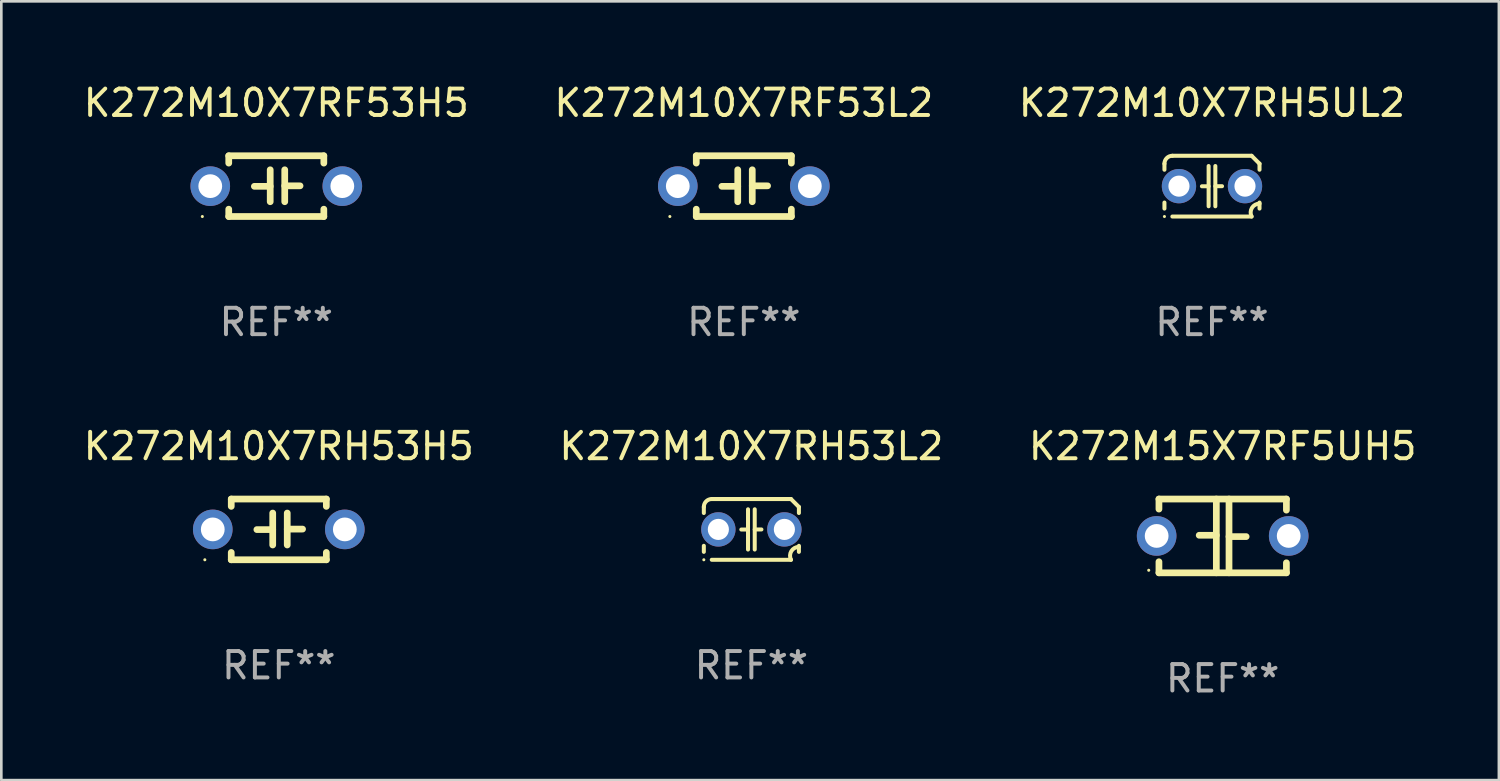
<source format=kicad_pcb>
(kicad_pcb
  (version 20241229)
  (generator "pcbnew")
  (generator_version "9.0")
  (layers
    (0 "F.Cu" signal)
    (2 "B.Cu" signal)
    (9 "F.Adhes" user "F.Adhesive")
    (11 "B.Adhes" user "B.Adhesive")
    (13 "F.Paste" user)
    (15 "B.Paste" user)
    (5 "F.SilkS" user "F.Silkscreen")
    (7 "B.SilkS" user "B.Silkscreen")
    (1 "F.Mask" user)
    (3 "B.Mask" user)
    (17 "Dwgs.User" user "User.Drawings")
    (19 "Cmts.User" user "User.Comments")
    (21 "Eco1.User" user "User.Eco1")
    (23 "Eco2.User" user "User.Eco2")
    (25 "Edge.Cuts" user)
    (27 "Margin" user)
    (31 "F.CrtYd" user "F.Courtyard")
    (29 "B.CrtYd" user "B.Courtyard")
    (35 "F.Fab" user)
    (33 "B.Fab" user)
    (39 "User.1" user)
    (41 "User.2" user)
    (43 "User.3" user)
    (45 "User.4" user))
  (footprint "K272M10X7RF53L2"
    (layer "F.Cu")
    (at 25.113 3.998)
    (property "Reference" "K272M10X7RF53L2" (at 0 -3.15 0) (layer "F.SilkS") (effects (font (size 1 1) (thickness 0.15))))
    (attr through_hole)
    (fp_line (start -1.8 -1.15) (end -1.8 -0.872) (stroke (width 0.254) (type solid)) (layer "F.SilkS"))
    (fp_line (start -1.8 -1.15) (end 1.8 -1.15) (stroke (width 0.254) (type solid)) (layer "F.SilkS"))
    (fp_line (start -1.8 0.872) (end -1.8 1.15) (stroke (width 0.254) (type solid)) (layer "F.SilkS"))
    (fp_line (start -1.8 1.15) (end 1.8 1.15) (stroke (width 0.254) (type solid)) (layer "F.SilkS"))
    (fp_line (start -0.23 -0.62) (end -0.23 0.59) (stroke (width 0.254) (type solid)) (layer "F.SilkS"))
    (fp_line (start -0.23 0.007) (end -0.83 0.007) (stroke (width 0.254) (type solid)) (layer "F.SilkS"))
    (fp_line (start 0.32 -0.62) (end 0.32 0.59) (stroke (width 0.254) (type solid)) (layer "F.SilkS"))
    (fp_line (start 0.32 -0.012) (end 0.9 -0.012) (stroke (width 0.254) (type solid)) (layer "F.SilkS"))
    (fp_line (start 1.8 -1.15) (end 1.8 -0.872) (stroke (width 0.254) (type solid)) (layer "F.SilkS"))
    (fp_line (start 1.8 0.872) (end 1.8 1.15) (stroke (width 0.254) (type solid)) (layer "F.SilkS"))
    (fp_circle (center -2.8 1.15) (end -2.77 1.15) (stroke (width 0.06) (type solid)) (fill no) (layer "F.SilkS"))
    (fp_text user "REF**" (at 0 5.15 0) (layer "F.Fab") (effects (font (size 1 1) (thickness 0.15))))
    (pad "1" thru_hole circle (at -2.5 0) (size 1.5 1.5) (drill 0.9) (layers "*.Cu" "*.Mask"))
    (pad "2" thru_hole circle (at 2.5 0) (size 1.5 1.5) (drill 0.9) (layers "*.Cu" "*.Mask")))
  (footprint "K272M10X7RH53H5"
    (layer "F.Cu")
    (at 7.506 16.995)
    (property "Reference" "K272M10X7RH53H5" (at 0 -3.15 0) (layer "F.SilkS") (effects (font (size 1 1) (thickness 0.15))))
    (attr through_hole)
    (fp_line (start -1.8 -1.15) (end -1.8 -0.872) (stroke (width 0.254) (type solid)) (layer "F.SilkS"))
    (fp_line (start -1.8 -1.15) (end 1.8 -1.15) (stroke (width 0.254) (type solid)) (layer "F.SilkS"))
    (fp_line (start -1.8 0.872) (end -1.8 1.15) (stroke (width 0.254) (type solid)) (layer "F.SilkS"))
    (fp_line (start -1.8 1.15) (end 1.8 1.15) (stroke (width 0.254) (type solid)) (layer "F.SilkS"))
    (fp_line (start -0.23 -0.62) (end -0.23 0.59) (stroke (width 0.254) (type solid)) (layer "F.SilkS"))
    (fp_line (start -0.23 0.007) (end -0.83 0.007) (stroke (width 0.254) (type solid)) (layer "F.SilkS"))
    (fp_line (start 0.32 -0.62) (end 0.32 0.59) (stroke (width 0.254) (type solid)) (layer "F.SilkS"))
    (fp_line (start 0.32 -0.012) (end 0.9 -0.012) (stroke (width 0.254) (type solid)) (layer "F.SilkS"))
    (fp_line (start 1.8 -1.15) (end 1.8 -0.872) (stroke (width 0.254) (type solid)) (layer "F.SilkS"))
    (fp_line (start 1.8 0.872) (end 1.8 1.15) (stroke (width 0.254) (type solid)) (layer "F.SilkS"))
    (fp_circle (center -2.8 1.15) (end -2.77 1.15) (stroke (width 0.06) (type solid)) (fill no) (layer "F.SilkS"))
    (fp_text user "REF**" (at 0 5.15 0) (layer "F.Fab") (effects (font (size 1 1) (thickness 0.15))))
    (pad "1" thru_hole circle (at -2.5 0) (size 1.5 1.5) (drill 0.9) (layers "*.Cu" "*.Mask"))
    (pad "2" thru_hole circle (at 2.5 0) (size 1.5 1.5) (drill 0.9) (layers "*.Cu" "*.Mask")))
  (footprint "K272M10X7RH53L2"
    (layer "F.Cu")
    (at 25.399 16.995)
    (property "Reference" "K272M10X7RH53L2" (at 0 -3.15 0) (layer "F.SilkS") (effects (font (size 1 1) (thickness 0.15))))
    (attr through_hole)
    (fp_line (start -1.8 -0.621) (end -1.8 -0.85) (stroke (width 0.152) (type solid)) (layer "F.SilkS"))
    (fp_line (start -1.8 0.85) (end -1.8 0.621) (stroke (width 0.152) (type solid)) (layer "F.SilkS"))
    (fp_line (start -1.5 -1.15) (end 1.5 -1.15) (stroke (width 0.152) (type solid)) (layer "F.SilkS"))
    (fp_line (start -0.127 -0.762) (end -0.127 0.762) (stroke (width 0.152) (type solid)) (layer "F.SilkS"))
    (fp_line (start -0.127 0.005) (end -0.381 0.005) (stroke (width 0.152) (type solid)) (layer "F.SilkS"))
    (fp_line (start 0.127 -0.762) (end 0.127 0.762) (stroke (width 0.152) (type solid)) (layer "F.SilkS"))
    (fp_line (start 0.127 0.002) (end 0.381 0.002) (stroke (width 0.152) (type solid)) (layer "F.SilkS"))
    (fp_line (start 1.5 1.15) (end -1.5 1.15) (stroke (width 0.152) (type solid)) (layer "F.SilkS"))
    (fp_line (start 1.8 -0.85) (end 1.8 -0.621) (stroke (width 0.152) (type solid)) (layer "F.SilkS"))
    (fp_line (start 1.8 0.621) (end 1.8 0.85) (stroke (width 0.152) (type solid)) (layer "F.SilkS"))
    (fp_arc (start -1.799975 -0.849987) (mid -1.712107 -1.062119) (end -1.499975 -1.149987) (stroke (width 0.151994) (type solid)) (layer "F.SilkS"))
    (fp_arc (start 1.499975 1.149987) (mid 1.513726 0.822359) (end 1.799975 0.662387) (stroke (width 0.151994) (type solid)) (layer "F.SilkS"))
    (fp_arc (start 1.500001 -1.149986) (mid 1.650015 -1.000001) (end 1.8 -0.849987) (stroke (width 0.151994) (type solid)) (layer "F.SilkS"))
    (fp_circle (center -1.8 1.15) (end -1.77 1.15) (stroke (width 0.06) (type solid)) (fill no) (layer "F.SilkS"))
    (fp_text user "REF**" (at 0 5.15 0) (layer "F.Fab") (effects (font (size 1 1) (thickness 0.15))))
    (pad "1" thru_hole circle (at -1.25 0) (size 1.3 1.3) (drill 0.8) (layers "*.Cu" "*.Mask"))
    (pad "2" thru_hole circle (at 1.25 0) (size 1.3 1.3) (drill 0.8) (layers "*.Cu" "*.Mask")))
  (footprint "K272M10X7RH5UL2"
    (layer "F.Cu")
    (at 42.839 3.998)
    (property "Reference" "K272M10X7RH5UL2" (at 0 -3.15 0) (layer "F.SilkS") (effects (font (size 1 1) (thickness 0.15))))
    (attr through_hole)
    (fp_line (start -1.8 -0.621) (end -1.8 -0.85) (stroke (width 0.152) (type solid)) (layer "F.SilkS"))
    (fp_line (start -1.8 0.85) (end -1.8 0.621) (stroke (width 0.152) (type solid)) (layer "F.SilkS"))
    (fp_line (start -1.5 -1.15) (end 1.5 -1.15) (stroke (width 0.152) (type solid)) (layer "F.SilkS"))
    (fp_line (start -0.127 -0.762) (end -0.127 0.762) (stroke (width 0.152) (type solid)) (layer "F.SilkS"))
    (fp_line (start -0.127 0.005) (end -0.381 0.005) (stroke (width 0.152) (type solid)) (layer "F.SilkS"))
    (fp_line (start 0.127 -0.762) (end 0.127 0.762) (stroke (width 0.152) (type solid)) (layer "F.SilkS"))
    (fp_line (start 0.127 0.002) (end 0.381 0.002) (stroke (width 0.152) (type solid)) (layer "F.SilkS"))
    (fp_line (start 1.5 1.15) (end -1.5 1.15) (stroke (width 0.152) (type solid)) (layer "F.SilkS"))
    (fp_line (start 1.8 -0.85) (end 1.8 -0.621) (stroke (width 0.152) (type solid)) (layer "F.SilkS"))
    (fp_line (start 1.8 0.621) (end 1.8 0.85) (stroke (width 0.152) (type solid)) (layer "F.SilkS"))
    (fp_arc (start -1.799975 -0.849987) (mid -1.712107 -1.062119) (end -1.499975 -1.149987) (stroke (width 0.151994) (type solid)) (layer "F.SilkS"))
    (fp_arc (start 1.499975 1.149987) (mid 1.513726 0.822359) (end 1.799975 0.662387) (stroke (width 0.151994) (type solid)) (layer "F.SilkS"))
    (fp_arc (start 1.500001 -1.149986) (mid 1.650015 -1.000001) (end 1.8 -0.849987) (stroke (width 0.151994) (type solid)) (layer "F.SilkS"))
    (fp_circle (center -1.8 1.15) (end -1.77 1.15) (stroke (width 0.06) (type solid)) (fill no) (layer "F.SilkS"))
    (fp_text user "REF**" (at 0 5.15 0) (layer "F.Fab") (effects (font (size 1 1) (thickness 0.15))))
    (pad "1" thru_hole circle (at -1.25 0) (size 1.3 1.3) (drill 0.8) (layers "*.Cu" "*.Mask"))
    (pad "2" thru_hole circle (at 1.25 0) (size 1.3 1.3) (drill 0.8) (layers "*.Cu" "*.Mask")))
  (footprint "K272M10X7RF53H5"
    (layer "F.Cu")
    (at 7.411 3.998)
    (property "Reference" "K272M10X7RF53H5" (at 0 -3.15 0) (layer "F.SilkS") (effects (font (size 1 1) (thickness 0.15))))
    (attr through_hole)
    (fp_line (start -1.8 -1.15) (end -1.8 -0.872) (stroke (width 0.254) (type solid)) (layer "F.SilkS"))
    (fp_line (start -1.8 -1.15) (end 1.8 -1.15) (stroke (width 0.254) (type solid)) (layer "F.SilkS"))
    (fp_line (start -1.8 0.872) (end -1.8 1.15) (stroke (width 0.254) (type solid)) (layer "F.SilkS"))
    (fp_line (start -1.8 1.15) (end 1.8 1.15) (stroke (width 0.254) (type solid)) (layer "F.SilkS"))
    (fp_line (start -0.23 -0.62) (end -0.23 0.59) (stroke (width 0.254) (type solid)) (layer "F.SilkS"))
    (fp_line (start -0.23 0.007) (end -0.83 0.007) (stroke (width 0.254) (type solid)) (layer "F.SilkS"))
    (fp_line (start 0.32 -0.62) (end 0.32 0.59) (stroke (width 0.254) (type solid)) (layer "F.SilkS"))
    (fp_line (start 0.32 -0.012) (end 0.9 -0.012) (stroke (width 0.254) (type solid)) (layer "F.SilkS"))
    (fp_line (start 1.8 -1.15) (end 1.8 -0.872) (stroke (width 0.254) (type solid)) (layer "F.SilkS"))
    (fp_line (start 1.8 0.872) (end 1.8 1.15) (stroke (width 0.254) (type solid)) (layer "F.SilkS"))
    (fp_circle (center -2.8 1.15) (end -2.77 1.15) (stroke (width 0.06) (type solid)) (fill no) (layer "F.SilkS"))
    (fp_text user "REF**" (at 0 5.15 0) (layer "F.Fab") (effects (font (size 1 1) (thickness 0.15))))
    (pad "1" thru_hole circle (at -2.5 0) (size 1.5 1.5) (drill 0.9) (layers "*.Cu" "*.Mask"))
    (pad "2" thru_hole circle (at 2.5 0) (size 1.5 1.5) (drill 0.9) (layers "*.Cu" "*.Mask")))
  (footprint "K272M15X7RF5UH5"
    (layer "F.Cu")
    (at 43.244 17.242)
    (property "Reference" "K272M15X7RF5UH5" (at 0 -3.397 0) (layer "F.SilkS") (effects (font (size 1 1) (thickness 0.15))))
    (attr through_hole)
    (fp_line (start -2.413 -1.397) (end 2.413 -1.397) (stroke (width 0.254) (type solid)) (layer "F.SilkS"))
    (fp_line (start -2.413 -1.016) (end -2.413 -1.397) (stroke (width 0.254) (type solid)) (layer "F.SilkS"))
    (fp_line (start -2.413 0.977) (end -2.413 1.397) (stroke (width 0.254) (type solid)) (layer "F.SilkS"))
    (fp_line (start -0.24 -0.025) (end -0.889 -0.025) (stroke (width 0.254) (type solid)) (layer "F.SilkS"))
    (fp_line (start -0.24 1.397) (end -0.24 -1.397) (stroke (width 0.254) (type solid)) (layer "F.SilkS"))
    (fp_line (start 0.24 -1.397) (end 0.24 1.397) (stroke (width 0.254) (type solid)) (layer "F.SilkS"))
    (fp_line (start 0.24 0.025) (end 0.889 0.025) (stroke (width 0.254) (type solid)) (layer "F.SilkS"))
    (fp_line (start 2.413 -0.977) (end 2.413 -1.397) (stroke (width 0.254) (type solid)) (layer "F.SilkS"))
    (fp_line (start 2.413 1.016) (end 2.413 1.397) (stroke (width 0.254) (type solid)) (layer "F.SilkS"))
    (fp_line (start 2.413 1.397) (end -2.413 1.397) (stroke (width 0.254) (type solid)) (layer "F.SilkS"))
    (fp_circle (center -2.8 1.3) (end -2.77 1.3) (stroke (width 0.06) (type solid)) (fill no) (layer "F.SilkS"))
    (fp_text user "REF**" (at 0 5.397 0) (layer "F.Fab") (effects (font (size 1 1) (thickness 0.15))))
    (pad "1" thru_hole circle (at -2.5 0) (size 1.5 1.5) (drill 0.9) (layers "*.Cu" "*.Mask"))
    (pad "2" thru_hole circle (at 2.5 0) (size 1.5 1.5) (drill 0.9) (layers "*.Cu" "*.Mask")))
  (gr_rect
    (start -3 -3)
    (end 53.702 26.487)
    (stroke (width 0.1) (type default))
    (fill no)
    (layer "Edge.Cuts")))
</source>
